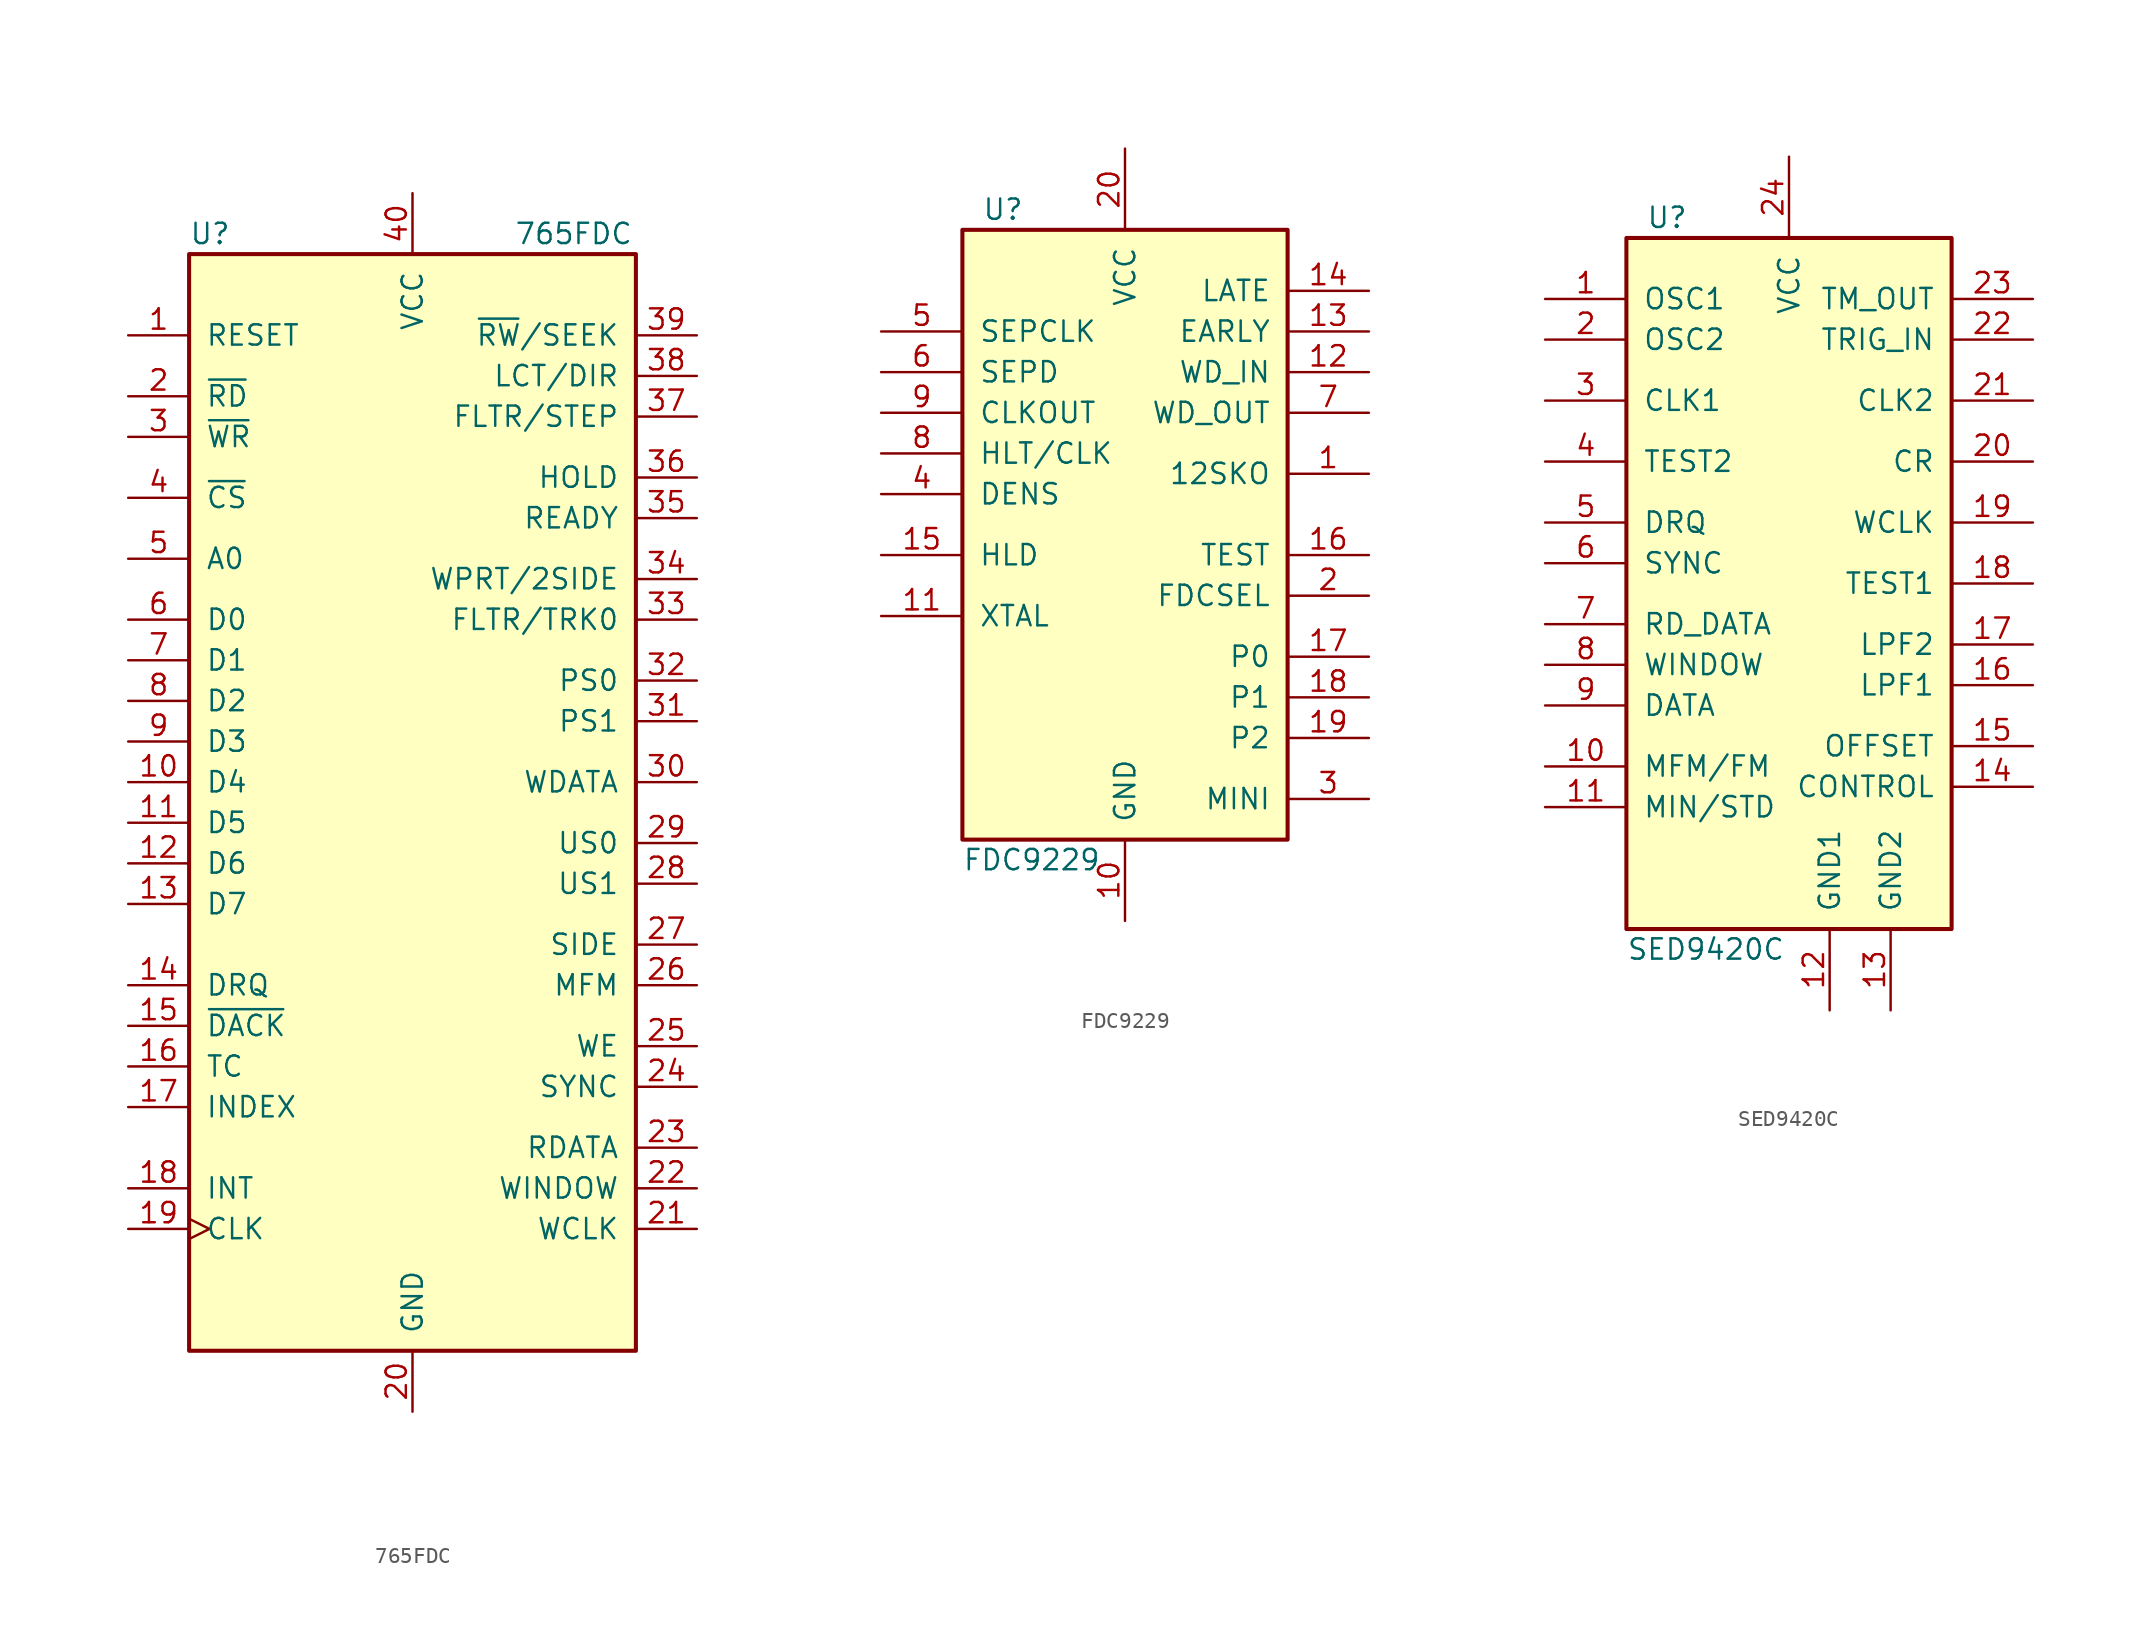
<source format=kicad_sym>
(kicad_symbol_lib
  (version 20211014)
  (generator kicad_symbol_editor)
  (symbol "765FDC"
    (pin_names
      (offset 1.016))
    (property "Reference" "U"
      (at -13.97 35.56 0)
      (effects (font (size 1.27 1.27)) (justify left)))
    (property "Value" "765FDC"
      (at 6.35 35.56 0)
      (effects (font (size 1.27 1.27)) (justify left)))
    (symbol "765FDC_0_1"
      (rectangle (start -13.97 34.29) (end 13.97 -34.29) (stroke (width 0.254) (type default) (color 0 0 0 0)) (fill (type background))))
    (symbol "765FDC_1_1"
      (pin input line (at -17.78 29.21 0) (length 3.81) (name "RESET" (effects (font (size 1.27 1.27)))) (number "1" (effects (font (size 1.27 1.27)))))
      (pin bidirectional line (at -17.78 1.27 0) (length 3.81) (name "D4" (effects (font (size 1.27 1.27)))) (number "10" (effects (font (size 1.27 1.27)))))
      (pin bidirectional line (at -17.78 -1.27 0) (length 3.81) (name "D5" (effects (font (size 1.27 1.27)))) (number "11" (effects (font (size 1.27 1.27)))))
      (pin bidirectional line (at -17.78 -3.81 0) (length 3.81) (name "D6" (effects (font (size 1.27 1.27)))) (number "12" (effects (font (size 1.27 1.27)))))
      (pin bidirectional line (at -17.78 -6.35 0) (length 3.81) (name "D7" (effects (font (size 1.27 1.27)))) (number "13" (effects (font (size 1.27 1.27)))))
      (pin passive line (at -17.78 -11.43 0) (length 3.81) (name "DRQ" (effects (font (size 1.27 1.27)))) (number "14" (effects (font (size 1.27 1.27)))))
      (pin passive line (at -17.78 -13.97 0) (length 3.81) (name "~{DACK}" (effects (font (size 1.27 1.27)))) (number "15" (effects (font (size 1.27 1.27)))))
      (pin passive line (at -17.78 -16.51 0) (length 3.81) (name "TC" (effects (font (size 1.27 1.27)))) (number "16" (effects (font (size 1.27 1.27)))))
      (pin passive line (at -17.78 -19.05 0) (length 3.81) (name "INDEX" (effects (font (size 1.27 1.27)))) (number "17" (effects (font (size 1.27 1.27)))))
      (pin output line (at -17.78 -24.13 0) (length 3.81) (name "INT" (effects (font (size 1.27 1.27)))) (number "18" (effects (font (size 1.27 1.27)))))
      (pin input clock (at -17.78 -26.67 0) (length 3.81) (name "CLK" (effects (font (size 1.27 1.27)))) (number "19" (effects (font (size 1.27 1.27)))))
      (pin input line (at -17.78 25.4 0) (length 3.81) (name "~{RD}" (effects (font (size 1.27 1.27)))) (number "2" (effects (font (size 1.27 1.27)))))
      (pin power_in line (at 0 -38.1 90) (length 3.81) (name "GND" (effects (font (size 1.27 1.27)))) (number "20" (effects (font (size 1.27 1.27)))))
      (pin passive line (at 17.78 -26.67 180) (length 3.81) (name "WCLK" (effects (font (size 1.27 1.27)))) (number "21" (effects (font (size 1.27 1.27)))))
      (pin passive line (at 17.78 -24.13 180) (length 3.81) (name "WINDOW" (effects (font (size 1.27 1.27)))) (number "22" (effects (font (size 1.27 1.27)))))
      (pin passive line (at 17.78 -21.59 180) (length 3.81) (name "RDATA" (effects (font (size 1.27 1.27)))) (number "23" (effects (font (size 1.27 1.27)))))
      (pin passive line (at 17.78 -17.78 180) (length 3.81) (name "SYNC" (effects (font (size 1.27 1.27)))) (number "24" (effects (font (size 1.27 1.27)))))
      (pin passive line (at 17.78 -15.24 180) (length 3.81) (name "WE" (effects (font (size 1.27 1.27)))) (number "25" (effects (font (size 1.27 1.27)))))
      (pin passive line (at 17.78 -11.43 180) (length 3.81) (name "MFM" (effects (font (size 1.27 1.27)))) (number "26" (effects (font (size 1.27 1.27)))))
      (pin passive line (at 17.78 -8.89 180) (length 3.81) (name "SIDE" (effects (font (size 1.27 1.27)))) (number "27" (effects (font (size 1.27 1.27)))))
      (pin passive line (at 17.78 -5.08 180) (length 3.81) (name "US1" (effects (font (size 1.27 1.27)))) (number "28" (effects (font (size 1.27 1.27)))))
      (pin passive line (at 17.78 -2.54 180) (length 3.81) (name "US0" (effects (font (size 1.27 1.27)))) (number "29" (effects (font (size 1.27 1.27)))))
      (pin input line (at -17.78 22.86 0) (length 3.81) (name "~{WR}" (effects (font (size 1.27 1.27)))) (number "3" (effects (font (size 1.27 1.27)))))
      (pin passive line (at 17.78 1.27 180) (length 3.81) (name "WDATA" (effects (font (size 1.27 1.27)))) (number "30" (effects (font (size 1.27 1.27)))))
      (pin passive line (at 17.78 5.08 180) (length 3.81) (name "PS1" (effects (font (size 1.27 1.27)))) (number "31" (effects (font (size 1.27 1.27)))))
      (pin passive line (at 17.78 7.62 180) (length 3.81) (name "PS0" (effects (font (size 1.27 1.27)))) (number "32" (effects (font (size 1.27 1.27)))))
      (pin passive line (at 17.78 11.43 180) (length 3.81) (name "FLTR/TRK0" (effects (font (size 1.27 1.27)))) (number "33" (effects (font (size 1.27 1.27)))))
      (pin passive line (at 17.78 13.97 180) (length 3.81) (name "WPRT/2SIDE" (effects (font (size 1.27 1.27)))) (number "34" (effects (font (size 1.27 1.27)))))
      (pin passive line (at 17.78 17.78 180) (length 3.81) (name "READY" (effects (font (size 1.27 1.27)))) (number "35" (effects (font (size 1.27 1.27)))))
      (pin passive line (at 17.78 20.32 180) (length 3.81) (name "HOLD" (effects (font (size 1.27 1.27)))) (number "36" (effects (font (size 1.27 1.27)))))
      (pin passive line (at 17.78 24.13 180) (length 3.81) (name "FLTR/STEP" (effects (font (size 1.27 1.27)))) (number "37" (effects (font (size 1.27 1.27)))))
      (pin passive line (at 17.78 26.67 180) (length 3.81) (name "LCT/DIR" (effects (font (size 1.27 1.27)))) (number "38" (effects (font (size 1.27 1.27)))))
      (pin passive line (at 17.78 29.21 180) (length 3.81) (name "~{RW}/SEEK" (effects (font (size 1.27 1.27)))) (number "39" (effects (font (size 1.27 1.27)))))
      (pin input line (at -17.78 19.05 0) (length 3.81) (name "~{CS}" (effects (font (size 1.27 1.27)))) (number "4" (effects (font (size 1.27 1.27)))))
      (pin power_in line (at 0 38.1 270) (length 3.81) (name "VCC" (effects (font (size 1.27 1.27)))) (number "40" (effects (font (size 1.27 1.27)))))
      (pin input line (at -17.78 15.24 0) (length 3.81) (name "A0" (effects (font (size 1.27 1.27)))) (number "5" (effects (font (size 1.27 1.27)))))
      (pin bidirectional line (at -17.78 11.43 0) (length 3.81) (name "D0" (effects (font (size 1.27 1.27)))) (number "6" (effects (font (size 1.27 1.27)))))
      (pin bidirectional line (at -17.78 8.89 0) (length 3.81) (name "D1" (effects (font (size 1.27 1.27)))) (number "7" (effects (font (size 1.27 1.27)))))
      (pin bidirectional line (at -17.78 6.35 0) (length 3.81) (name "D2" (effects (font (size 1.27 1.27)))) (number "8" (effects (font (size 1.27 1.27)))))
      (pin bidirectional line (at -17.78 3.81 0) (length 3.81) (name "D3" (effects (font (size 1.27 1.27)))) (number "9" (effects (font (size 1.27 1.27)))))))
  (symbol "FDC9229"
    (pin_names
      (offset 1.016))
    (property "Reference" "U"
      (at -7.62 16.51 0)
      (effects (font (size 1.27 1.27))))
    (property "Value" "FDC9229"
      (at -10.16 -24.13 0)
      (effects (font (size 1.27 1.27)) (justify left)))
    (symbol "FDC9229_1_0"
      (pin passive line (at 15.24 0 180) (length 5.08) (name "12SKO" (effects (font (size 1.27 1.27)))) (number "1" (effects (font (size 1.27 1.27)))))
      (pin power_in line (at 0 -27.94 90) (length 5.08) (name "GND" (effects (font (size 1.27 1.27)))) (number "10" (effects (font (size 1.27 1.27)))))
      (pin passive line (at -15.24 -8.89 0) (length 5.08) (name "XTAL" (effects (font (size 1.27 1.27)))) (number "11" (effects (font (size 1.27 1.27)))))
      (pin passive line (at 15.24 6.35 180) (length 5.08) (name "WD_IN" (effects (font (size 1.27 1.27)))) (number "12" (effects (font (size 1.27 1.27)))))
      (pin passive line (at 15.24 8.89 180) (length 5.08) (name "EARLY" (effects (font (size 1.27 1.27)))) (number "13" (effects (font (size 1.27 1.27)))))
      (pin passive line (at 15.24 11.43 180) (length 5.08) (name "LATE" (effects (font (size 1.27 1.27)))) (number "14" (effects (font (size 1.27 1.27)))))
      (pin passive line (at -15.24 -5.08 0) (length 5.08) (name "HLD" (effects (font (size 1.27 1.27)))) (number "15" (effects (font (size 1.27 1.27)))))
      (pin passive line (at 15.24 -5.08 180) (length 5.08) (name "TEST" (effects (font (size 1.27 1.27)))) (number "16" (effects (font (size 1.27 1.27)))))
      (pin passive line (at 15.24 -11.43 180) (length 5.08) (name "P0" (effects (font (size 1.27 1.27)))) (number "17" (effects (font (size 1.27 1.27)))))
      (pin passive line (at 15.24 -13.97 180) (length 5.08) (name "P1" (effects (font (size 1.27 1.27)))) (number "18" (effects (font (size 1.27 1.27)))))
      (pin passive line (at 15.24 -16.51 180) (length 5.08) (name "P2" (effects (font (size 1.27 1.27)))) (number "19" (effects (font (size 1.27 1.27)))))
      (pin passive line (at 15.24 -7.62 180) (length 5.08) (name "FDCSEL" (effects (font (size 1.27 1.27)))) (number "2" (effects (font (size 1.27 1.27)))))
      (pin power_in line (at 0 20.32 270) (length 5.08) (name "VCC" (effects (font (size 1.27 1.27)))) (number "20" (effects (font (size 1.27 1.27)))))
      (pin passive line (at 15.24 -20.32 180) (length 5.08) (name "MINI" (effects (font (size 1.27 1.27)))) (number "3" (effects (font (size 1.27 1.27)))))
      (pin passive line (at -15.24 -1.27 0) (length 5.08) (name "DENS" (effects (font (size 1.27 1.27)))) (number "4" (effects (font (size 1.27 1.27)))))
      (pin passive line (at -15.24 8.89 0) (length 5.08) (name "SEPCLK" (effects (font (size 1.27 1.27)))) (number "5" (effects (font (size 1.27 1.27)))))
      (pin passive line (at -15.24 6.35 0) (length 5.08) (name "SEPD" (effects (font (size 1.27 1.27)))) (number "6" (effects (font (size 1.27 1.27)))))
      (pin passive line (at 15.24 3.81 180) (length 5.08) (name "WD_OUT" (effects (font (size 1.27 1.27)))) (number "7" (effects (font (size 1.27 1.27)))))
      (pin passive line (at -15.24 1.27 0) (length 5.08) (name "HLT/CLK" (effects (font (size 1.27 1.27)))) (number "8" (effects (font (size 1.27 1.27)))))
      (pin passive line (at -15.24 3.81 0) (length 5.08) (name "CLKOUT" (effects (font (size 1.27 1.27)))) (number "9" (effects (font (size 1.27 1.27))))))
    (symbol "FDC9229_1_1"
      (rectangle (start -10.16 15.24) (end 10.16 -22.86) (stroke (width 0.254) (type default) (color 0 0 0 0)) (fill (type background)))))
  (symbol "SED9420C"
    (pin_names
      (offset 1.016))
    (property "Reference" "U"
      (at -7.62 16.51 0)
      (effects (font (size 1.27 1.27))))
    (property "Value" "SED9420C"
      (at -10.16 -29.21 0)
      (effects (font (size 1.27 1.27)) (justify left)))
    (symbol "SED9420C_1_0"
      (pin passive line (at -15.24 11.43 0) (length 5.08) (name "OSC1" (effects (font (size 1.27 1.27)))) (number "1" (effects (font (size 1.27 1.27)))))
      (pin passive line (at -15.24 -17.78 0) (length 5.08) (name "MFM/FM" (effects (font (size 1.27 1.27)))) (number "10" (effects (font (size 1.27 1.27)))))
      (pin passive line (at -15.24 -20.32 0) (length 5.08) (name "MIN/STD" (effects (font (size 1.27 1.27)))) (number "11" (effects (font (size 1.27 1.27)))))
      (pin power_in line (at 2.54 -33.02 90) (length 5.08) (name "GND1" (effects (font (size 1.27 1.27)))) (number "12" (effects (font (size 1.27 1.27)))))
      (pin power_in line (at 6.35 -33.02 90) (length 5.08) (name "GND2" (effects (font (size 1.27 1.27)))) (number "13" (effects (font (size 1.27 1.27)))))
      (pin passive line (at 15.24 -19.05 180) (length 5.08) (name "CONTROL" (effects (font (size 1.27 1.27)))) (number "14" (effects (font (size 1.27 1.27)))))
      (pin passive line (at 15.24 -16.51 180) (length 5.08) (name "OFFSET" (effects (font (size 1.27 1.27)))) (number "15" (effects (font (size 1.27 1.27)))))
      (pin passive line (at 15.24 -12.7 180) (length 5.08) (name "LPF1" (effects (font (size 1.27 1.27)))) (number "16" (effects (font (size 1.27 1.27)))))
      (pin passive line (at 15.24 -10.16 180) (length 5.08) (name "LPF2" (effects (font (size 1.27 1.27)))) (number "17" (effects (font (size 1.27 1.27)))))
      (pin passive line (at 15.24 -6.35 180) (length 5.08) (name "TEST1" (effects (font (size 1.27 1.27)))) (number "18" (effects (font (size 1.27 1.27)))))
      (pin passive line (at 15.24 -2.54 180) (length 5.08) (name "WCLK" (effects (font (size 1.27 1.27)))) (number "19" (effects (font (size 1.27 1.27)))))
      (pin passive line (at -15.24 8.89 0) (length 5.08) (name "OSC2" (effects (font (size 1.27 1.27)))) (number "2" (effects (font (size 1.27 1.27)))))
      (pin passive line (at 15.24 1.27 180) (length 5.08) (name "CR" (effects (font (size 1.27 1.27)))) (number "20" (effects (font (size 1.27 1.27)))))
      (pin passive line (at 15.24 5.08 180) (length 5.08) (name "CLK2" (effects (font (size 1.27 1.27)))) (number "21" (effects (font (size 1.27 1.27)))))
      (pin passive line (at 15.24 8.89 180) (length 5.08) (name "TRIG_IN" (effects (font (size 1.27 1.27)))) (number "22" (effects (font (size 1.27 1.27)))))
      (pin passive line (at 15.24 11.43 180) (length 5.08) (name "TM_OUT" (effects (font (size 1.27 1.27)))) (number "23" (effects (font (size 1.27 1.27)))))
      (pin power_in line (at 0 20.32 270) (length 5.08) (name "VCC" (effects (font (size 1.27 1.27)))) (number "24" (effects (font (size 1.27 1.27)))))
      (pin passive line (at -15.24 5.08 0) (length 5.08) (name "CLK1" (effects (font (size 1.27 1.27)))) (number "3" (effects (font (size 1.27 1.27)))))
      (pin passive line (at -15.24 1.27 0) (length 5.08) (name "TEST2" (effects (font (size 1.27 1.27)))) (number "4" (effects (font (size 1.27 1.27)))))
      (pin passive line (at -15.24 -2.54 0) (length 5.08) (name "DRQ" (effects (font (size 1.27 1.27)))) (number "5" (effects (font (size 1.27 1.27)))))
      (pin passive line (at -15.24 -5.08 0) (length 5.08) (name "SYNC" (effects (font (size 1.27 1.27)))) (number "6" (effects (font (size 1.27 1.27)))))
      (pin passive line (at -15.24 -8.89 0) (length 5.08) (name "RD_DATA" (effects (font (size 1.27 1.27)))) (number "7" (effects (font (size 1.27 1.27)))))
      (pin passive line (at -15.24 -11.43 0) (length 5.08) (name "WINDOW" (effects (font (size 1.27 1.27)))) (number "8" (effects (font (size 1.27 1.27)))))
      (pin passive line (at -15.24 -13.97 0) (length 5.08) (name "DATA" (effects (font (size 1.27 1.27)))) (number "9" (effects (font (size 1.27 1.27))))))
    (symbol "SED9420C_1_1"
      (rectangle (start -10.16 15.24) (end 10.16 -27.94) (stroke (width 0.254) (type default) (color 0 0 0 0)) (fill (type background))))))
</source>
